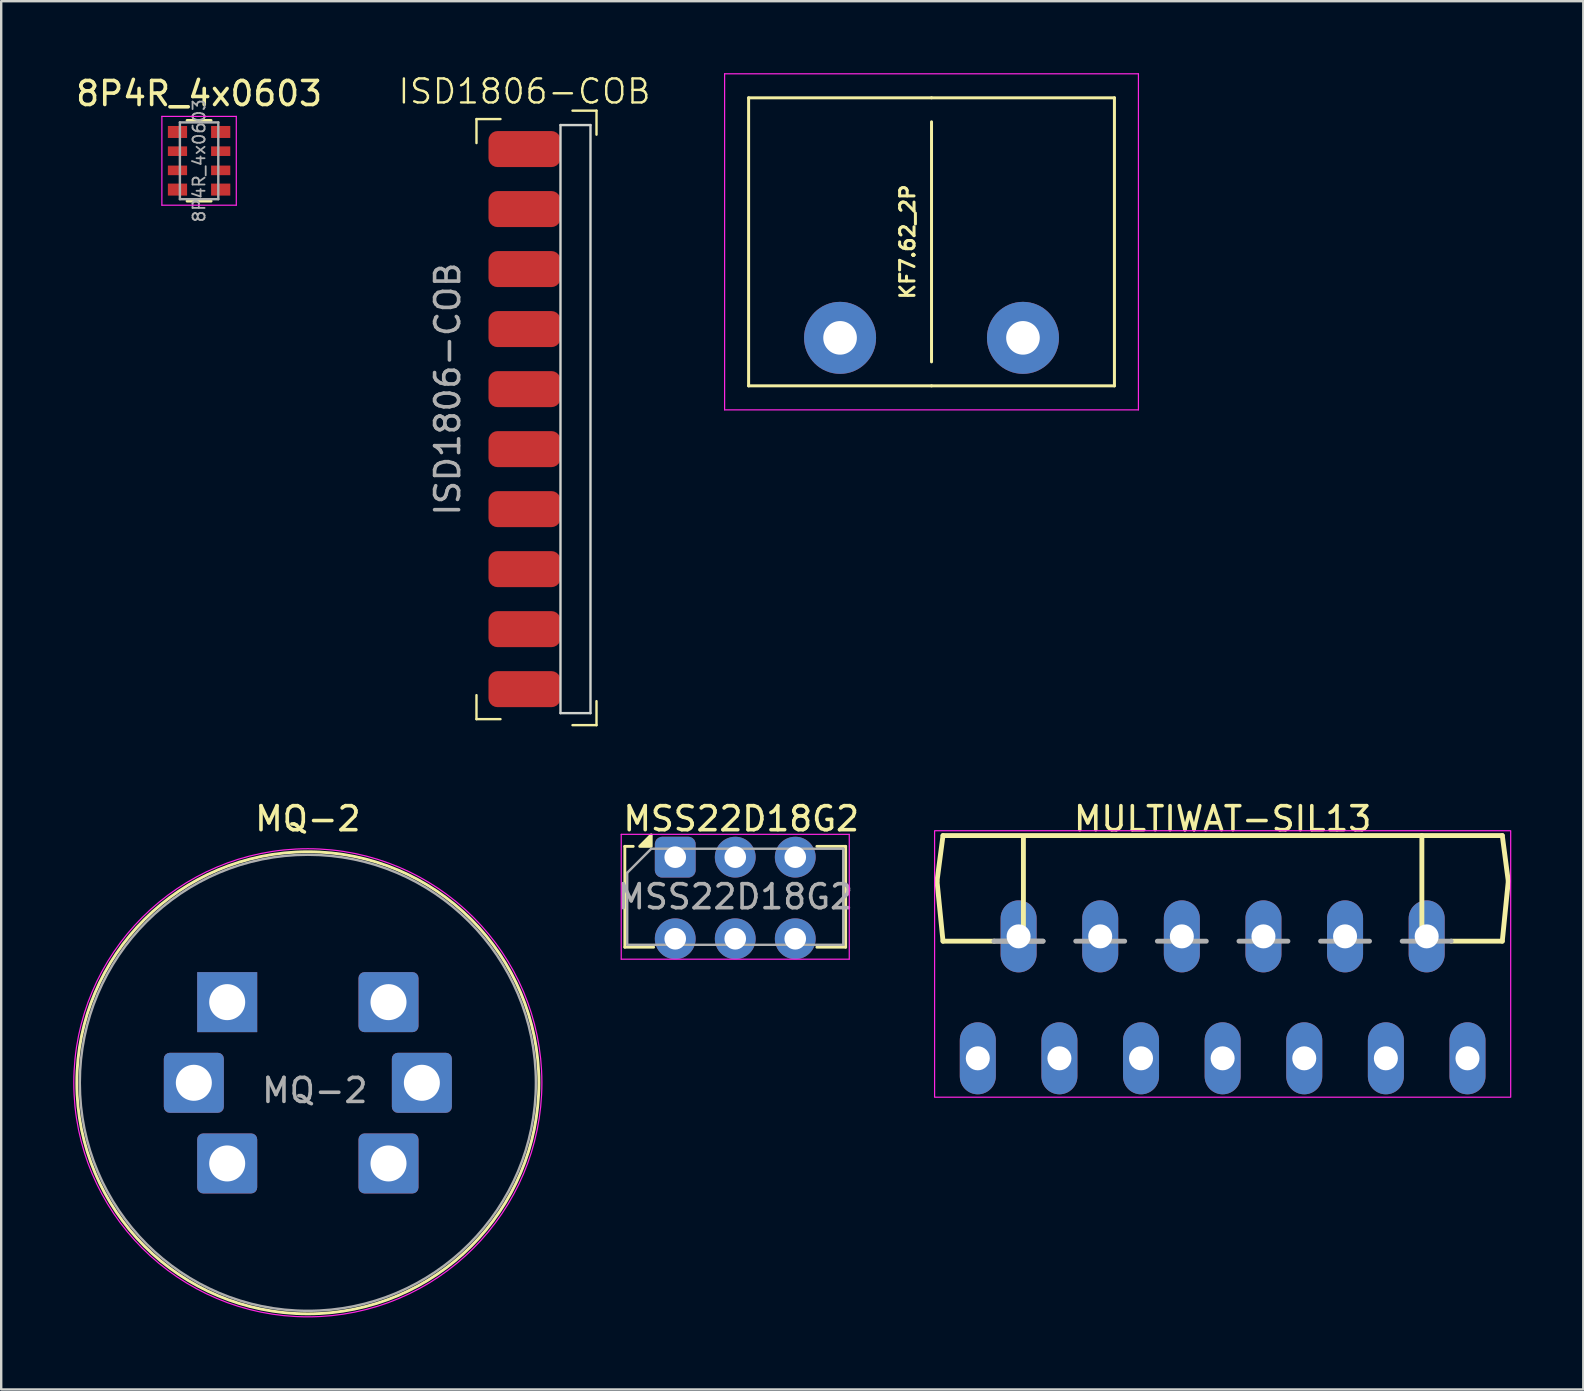
<source format=kicad_pcb>
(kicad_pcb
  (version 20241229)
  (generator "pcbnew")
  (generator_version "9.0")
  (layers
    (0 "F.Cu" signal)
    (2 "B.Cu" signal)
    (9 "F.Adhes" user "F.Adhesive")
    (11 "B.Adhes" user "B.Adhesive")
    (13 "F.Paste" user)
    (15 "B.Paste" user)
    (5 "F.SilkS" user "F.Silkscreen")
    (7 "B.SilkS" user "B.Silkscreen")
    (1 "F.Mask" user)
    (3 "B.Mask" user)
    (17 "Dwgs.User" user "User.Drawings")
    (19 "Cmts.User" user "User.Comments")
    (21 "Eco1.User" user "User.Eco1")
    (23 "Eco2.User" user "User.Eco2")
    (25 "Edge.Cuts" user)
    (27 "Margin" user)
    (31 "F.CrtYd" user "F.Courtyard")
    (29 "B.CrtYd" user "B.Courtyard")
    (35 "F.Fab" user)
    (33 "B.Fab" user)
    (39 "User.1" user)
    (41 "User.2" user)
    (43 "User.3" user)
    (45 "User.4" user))
  (footprint "MSS22D18G2"
    (layer "F.Cu")
    (at 25.08 32.659)
    (property "Reference" "MSS22D18G2" (at 2.75 -1.6 0) (layer "F.SilkS") (effects (font (size 1 1) (thickness 0.15))))
    (attr through_hole)
    (fp_line (start -2.1 -0.45) (end -2.1 3.75) (stroke (width 0.12) (type solid)) (layer "F.SilkS"))
    (fp_line (start -2.1 3.75) (end -0.9 3.75) (stroke (width 0.12) (type solid)) (layer "F.SilkS"))
    (fp_line (start -1.75 -0.45) (end -2.1 -0.45) (stroke (width 0.12) (type solid)) (layer "F.SilkS"))
    (fp_line (start 5.9 -0.45) (end 7.1 -0.45) (stroke (width 0.12) (type solid)) (layer "F.SilkS"))
    (fp_line (start 7.1 -0.45) (end 7.1 3.75) (stroke (width 0.12) (type solid)) (layer "F.SilkS"))
    (fp_line (start 7.1 3.75) (end 5.9 3.75) (stroke (width 0.12) (type solid)) (layer "F.SilkS"))
    (fp_poly (pts (xy -1 -0.45) (xy -1.48 -0.45) (xy -1 -0.93) (xy -1 -0.45)) (stroke (width 0.12) (type solid)) (fill yes) (layer "F.SilkS"))
    (fp_line (start -2.25 -0.95) (end 7.25 -0.95) (stroke (width 0.05) (type solid)) (layer "F.CrtYd"))
    (fp_line (start -2.25 4.25) (end -2.25 -0.95) (stroke (width 0.05) (type solid)) (layer "F.CrtYd"))
    (fp_line (start 7.25 -0.95) (end 7.25 4.25) (stroke (width 0.05) (type solid)) (layer "F.CrtYd"))
    (fp_line (start 7.25 4.25) (end -2.25 4.25) (stroke (width 0.05) (type solid)) (layer "F.CrtYd"))
    (fp_line (start -2 3.65) (end -2 0.65) (stroke (width 0.1) (type solid)) (layer "F.Fab"))
    (fp_line (start -1 -0.35) (end -2 0.65) (stroke (width 0.1) (type solid)) (layer "F.Fab"))
    (fp_line (start -1 -0.35) (end 7 -0.35) (stroke (width 0.1) (type solid)) (layer "F.Fab"))
    (fp_line (start 7 -0.35) (end 7 3.65) (stroke (width 0.1) (type solid)) (layer "F.Fab"))
    (fp_line (start 7 3.65) (end -2 3.65) (stroke (width 0.1) (type solid)) (layer "F.Fab"))
    (fp_text user "${REFERENCE}" (at 2.5 1.65 0) (layer "F.Fab") (effects (font (size 1 1) (thickness 0.15))))
    (pad "1" thru_hole roundrect (at 0 0) (size 1.7 1.7) (drill 0.9) (layers "*.Cu" "*.Mask") (roundrect_rratio 0.179))
    (pad "2" thru_hole circle (at 2.5 0) (size 1.7 1.7) (drill 0.9) (layers "*.Cu" "*.Mask"))
    (pad "3" thru_hole circle (at 5 0) (size 1.7 1.7) (drill 0.9) (layers "*.Cu" "*.Mask"))
    (pad "4" thru_hole circle (at 0 3.4) (size 1.7 1.7) (drill 0.9) (layers "*.Cu" "*.Mask"))
    (pad "5" thru_hole circle (at 2.5 3.4) (size 1.7 1.7) (drill 0.9) (layers "*.Cu" "*.Mask"))
    (pad "6" thru_hole circle (at 5 3.4) (size 1.7 1.7) (drill 0.9) (layers "*.Cu" "*.Mask")))
  (footprint "8P4R_4x0603"
    (layer "F.Cu")
    (at 5.244 3.648)
    (property "Reference" "8P4R_4x0603" (at 0 -2.8 0) (layer "F.SilkS") (effects (font (size 1 1) (thickness 0.15))))
    (attr smd)
    (fp_line (start 0.5 -1.68) (end -0.5 -1.68) (stroke (width 0.12) (type solid)) (layer "F.SilkS"))
    (fp_line (start 0.5 1.68) (end -0.5 1.68) (stroke (width 0.12) (type solid)) (layer "F.SilkS"))
    (fp_line (start -1.55 -1.85) (end -1.55 1.85) (stroke (width 0.05) (type solid)) (layer "F.CrtYd"))
    (fp_line (start -1.55 -1.85) (end 1.55 -1.85) (stroke (width 0.05) (type solid)) (layer "F.CrtYd"))
    (fp_line (start 1.55 1.85) (end -1.55 1.85) (stroke (width 0.05) (type solid)) (layer "F.CrtYd"))
    (fp_line (start 1.55 1.85) (end 1.55 -1.85) (stroke (width 0.05) (type solid)) (layer "F.CrtYd"))
    (fp_line (start -0.8 -1.6) (end 0.8 -1.6) (stroke (width 0.1) (type solid)) (layer "F.Fab"))
    (fp_line (start -0.8 1.6) (end -0.8 -1.6) (stroke (width 0.1) (type solid)) (layer "F.Fab"))
    (fp_line (start 0.8 -1.6) (end 0.8 1.6) (stroke (width 0.1) (type solid)) (layer "F.Fab"))
    (fp_line (start 0.8 1.6) (end -0.8 1.6) (stroke (width 0.1) (type solid)) (layer "F.Fab"))
    (fp_text user "${REFERENCE}" (at 0 0 90) (layer "F.Fab") (effects (font (size 0.5 0.5) (thickness 0.075))))
    (pad "1" smd rect (at -0.9 -1.2) (size 0.8 0.5) (layers "F.Cu" "F.Mask" "F.Paste"))
    (pad "2" smd rect (at 0.9 -1.2) (size 0.8 0.5) (layers "F.Cu" "F.Mask" "F.Paste"))
    (pad "3" smd rect (at -0.9 -0.4) (size 0.8 0.4) (layers "F.Cu" "F.Mask" "F.Paste"))
    (pad "4" smd rect (at 0.9 -0.4) (size 0.8 0.4) (layers "F.Cu" "F.Mask" "F.Paste"))
    (pad "5" smd rect (at -0.9 0.4) (size 0.8 0.4) (layers "F.Cu" "F.Mask" "F.Paste"))
    (pad "6" smd rect (at 0.9 0.4) (size 0.8 0.4) (layers "F.Cu" "F.Mask" "F.Paste"))
    (pad "7" smd rect (at -0.9 1.2) (size 0.8 0.5) (layers "F.Cu" "F.Mask" "F.Paste"))
    (pad "8" smd rect (at 0.9 1.2) (size 0.8 0.5) (layers "F.Cu" "F.Mask" "F.Paste")))
  (footprint "ISD1806-COB"
    (layer "F.Cu")
    (at 18.8 3.16)
    (property "Reference" "ISD1806-COB" (at 0 -2.4 0) (unlocked yes) (layer "F.SilkS") (effects (font (size 1 1) (thickness 0.1))))
    (attr smd)
    (fp_line (start -2 -1.25) (end -2 -0.25) (stroke (width 0.1) (type default)) (layer "F.SilkS"))
    (fp_line (start -2 22.75) (end -2 23.75) (stroke (width 0.1) (type default)) (layer "F.SilkS"))
    (fp_line (start -2 23.75) (end -1 23.75) (stroke (width 0.1) (type default)) (layer "F.SilkS"))
    (fp_line (start -1 -1.25) (end -2 -1.25) (stroke (width 0.1) (type default)) (layer "F.SilkS"))
    (fp_line (start 2 24) (end 3 24) (stroke (width 0.1) (type default)) (layer "F.SilkS"))
    (fp_line (start 3 -1.6) (end 2 -1.6) (stroke (width 0.1) (type default)) (layer "F.SilkS"))
    (fp_line (start 3 -0.6) (end 3 -1.6) (stroke (width 0.1) (type default)) (layer "F.SilkS"))
    (fp_line (start 3 24) (end 3 23) (stroke (width 0.1) (type default)) (layer "F.SilkS"))
    (fp_line (start 1.5 -1) (end 1.5 23.5) (stroke (width 0.1) (type default)) (layer "Edge.Cuts"))
    (fp_line (start 1.5 -1) (end 2.75 -1) (stroke (width 0.1) (type default)) (layer "Edge.Cuts"))
    (fp_line (start 2.75 -1) (end 2.75 23.5) (stroke (width 0.1) (type default)) (layer "Edge.Cuts"))
    (fp_line (start 2.75 23.5) (end 1.5 23.5) (stroke (width 0.1) (type default)) (layer "Edge.Cuts"))
    (fp_rect (start -2 -1.6) (end 3 24) (stroke (width 0.1) (type default)) (fill no) (layer "Margin"))
    (fp_text user "${REFERENCE}" (at -3.2 10 90) (unlocked yes) (layer "F.Fab") (effects (font (size 1 1) (thickness 0.15))))
    (pad "1" smd roundrect (at 0 0) (size 3 1.5) (layers "F.Cu" "F.Mask" "F.Paste") (roundrect_rratio 0.25))
    (pad "2" smd roundrect (at 0 2.5) (size 3 1.5) (layers "F.Cu" "F.Mask" "F.Paste") (roundrect_rratio 0.25))
    (pad "3" smd roundrect (at 0 5) (size 3 1.5) (layers "F.Cu" "F.Mask" "F.Paste") (roundrect_rratio 0.25))
    (pad "4" smd roundrect (at 0 7.5) (size 3 1.5) (layers "F.Cu" "F.Mask" "F.Paste") (roundrect_rratio 0.25))
    (pad "5" smd roundrect (at 0 10) (size 3 1.5) (layers "F.Cu" "F.Mask" "F.Paste") (roundrect_rratio 0.25))
    (pad "6" smd roundrect (at 0 12.5) (size 3 1.5) (layers "F.Cu" "F.Mask" "F.Paste") (roundrect_rratio 0.25))
    (pad "7" smd roundrect (at 0 15) (size 3 1.5) (layers "F.Cu" "F.Mask" "F.Paste") (roundrect_rratio 0.25))
    (pad "8" smd roundrect (at 0 17.5) (size 3 1.5) (layers "F.Cu" "F.Mask" "F.Paste") (roundrect_rratio 0.25))
    (pad "9" smd roundrect (at 0 20) (size 3 1.5) (layers "F.Cu" "F.Mask" "F.Paste") (roundrect_rratio 0.25))
    (pad "10" smd roundrect (at 0 22.5) (size 3 1.5) (layers "F.Cu" "F.Mask" "F.Paste") (roundrect_rratio 0.25)))
  (footprint "KF7.62_2P"
    (layer "F.Cu")
    (at 35.757 7.025)
    (property "Reference" "KF7.62_2P" (at -1 0 90) (layer "F.SilkS") (effects (font (size 0.6 0.6) (thickness 0.125))))
    (attr through_hole)
    (fp_line (start -7.62 -6) (end -7.62 6) (stroke (width 0.125) (type solid)) (layer "F.SilkS"))
    (fp_line (start -7.62 6) (end 0 6) (stroke (width 0.125) (type solid)) (layer "F.SilkS"))
    (fp_line (start 0 -6) (end -7.62 -6) (stroke (width 0.125) (type solid)) (layer "F.SilkS"))
    (fp_line (start 0 -6) (end 7.62 -6) (stroke (width 0.125) (type solid)) (layer "F.SilkS"))
    (fp_line (start 0 5) (end 0 -5) (stroke (width 0.125) (type solid)) (layer "F.SilkS"))
    (fp_line (start 7.62 -6) (end 7.62 6) (stroke (width 0.125) (type solid)) (layer "F.SilkS"))
    (fp_line (start 7.62 6) (end 0 6) (stroke (width 0.125) (type solid)) (layer "F.SilkS"))
    (fp_line (start -8.62 -7) (end -8.62 7) (stroke (width 0.05) (type solid)) (layer "F.CrtYd"))
    (fp_line (start -8.62 -7) (end 8.62 -7) (stroke (width 0.05) (type solid)) (layer "F.CrtYd"))
    (fp_line (start 8.62 -7) (end 8.62 7) (stroke (width 0.05) (type solid)) (layer "F.CrtYd"))
    (fp_line (start 8.62 7) (end -8.62 7) (stroke (width 0.05) (type solid)) (layer "F.CrtYd"))
    (pad "1" thru_hole circle (at -3.81 4) (size 3 3) (drill 1.4) (layers "*.Cu" "*.Mask"))
    (pad "2" thru_hole circle (at 3.81 4) (size 3 3) (drill 1.4) (layers "*.Cu" "*.Mask")))
  (footprint "MQ-2"
    (layer "F.Cu")
    (at 6.415 38.699)
    (property "Reference" "MQ-2" (at 3.36 -7.64 0) (layer "F.SilkS") (effects (font (size 1 1) (thickness 0.15))))
    (attr through_hole)
    (fp_circle (center 3.36 3.36) (end 12.985 3.36) (stroke (width 0.12) (type solid)) (fill no) (layer "F.SilkS"))
    (fp_circle (center 3.36 3.36) (end 13.11 3.36) (stroke (width 0.05) (type solid)) (fill no) (layer "F.CrtYd"))
    (fp_circle (center 3.36 3.36) (end 12.86 3.36) (stroke (width 0.1) (type solid)) (fill no) (layer "F.Fab"))
    (fp_text user "${REFERENCE}" (at 3.65 3.68 0) (layer "F.Fab") (effects (font (size 1 1) (thickness 0.15))))
    (pad "1" thru_hole rect (at 0 0) (size 2.5 2.5) (drill 1.5) (layers "*.Cu" "*.Mask"))
    (pad "2" thru_hole roundrect (at -1.39 3.36) (size 2.5 2.5) (drill 1.5) (layers "*.Cu" "*.Mask") (roundrect_rratio 0.1))
    (pad "3" thru_hole roundrect (at 0 6.72 90) (size 2.5 2.5) (drill 1.5) (layers "*.Cu" "*.Mask") (roundrect_rratio 0.1))
    (pad "4" thru_hole roundrect (at 6.72 6.72 180) (size 2.5 2.5) (drill 1.5) (layers "*.Cu" "*.Mask") (roundrect_rratio 0.1))
    (pad "5" thru_hole roundrect (at 8.11 3.36) (size 2.5 2.5) (drill 1.5) (layers "*.Cu" "*.Mask") (roundrect_rratio 0.1))
    (pad "6" thru_hole roundrect (at 6.72 0 270) (size 2.5 2.5) (drill 1.5) (layers "*.Cu" "*.Mask") (roundrect_rratio 0.1)))
  (footprint "MULTIWAT-SIL13"
    (layer "F.Cu")
    (at 47.885 35.959)
    (property "Reference" "MULTIWAT-SIL13" (at 0 -4.9 0) (layer "F.SilkS") (effects (font (size 1 1) (thickness 0.15))))
    (attr through_hole)
    (fp_line (start -11.9 -2.3) (end -11.65 -4.2) (stroke (width 0.203) (type solid)) (layer "F.SilkS"))
    (fp_line (start -11.65 -4.2) (end 11.65 -4.2) (stroke (width 0.203) (type solid)) (layer "F.SilkS"))
    (fp_line (start -11.65 0.2) (end -11.9 -2.3) (stroke (width 0.203) (type solid)) (layer "F.SilkS"))
    (fp_line (start -9.52 0.2) (end -11.65 0.2) (stroke (width 0.203) (type solid)) (layer "F.SilkS"))
    (fp_line (start -8.3 -4.1) (end -8.3 0.2) (stroke (width 0.203) (type default)) (layer "F.SilkS"))
    (fp_line (start 8.3 -4.2) (end 8.3 0.1) (stroke (width 0.203) (type default)) (layer "F.SilkS"))
    (fp_line (start 11.65 -4.2) (end 11.9 -2.3) (stroke (width 0.203) (type solid)) (layer "F.SilkS"))
    (fp_line (start 11.65 0.2) (end 9.52 0.2) (stroke (width 0.203) (type solid)) (layer "F.SilkS"))
    (fp_line (start 11.9 -2.3) (end 11.65 0.2) (stroke (width 0.203) (type solid)) (layer "F.SilkS"))
    (fp_rect (start -12 -4.4) (end 12 6.7) (stroke (width 0.05) (type default)) (fill no) (layer "F.CrtYd"))
    (fp_line (start -7.48 0.2) (end -9.52 0.2) (stroke (width 0.203) (type solid)) (layer "F.Fab"))
    (fp_line (start -7.48 0.2) (end -9.52 0.2) (stroke (width 0.203) (type solid)) (layer "F.Fab"))
    (fp_line (start -4.08 0.2) (end -6.12 0.2) (stroke (width 0.203) (type solid)) (layer "F.Fab"))
    (fp_line (start -0.68 0.2) (end -2.72 0.2) (stroke (width 0.203) (type solid)) (layer "F.Fab"))
    (fp_line (start 2.72 0.2) (end 0.68 0.2) (stroke (width 0.203) (type solid)) (layer "F.Fab"))
    (fp_line (start 6.12 0.2) (end 4.08 0.2) (stroke (width 0.203) (type solid)) (layer "F.Fab"))
    (fp_line (start 9.52 0.2) (end 7.48 0.2) (stroke (width 0.203) (type solid)) (layer "F.Fab"))
    (pad "1" thru_hole oval (at -10.2 5.08) (size 1.5 3) (drill 1) (layers "*.Cu" "*.Mask"))
    (pad "2" thru_hole oval (at -8.5 0) (size 1.5 3) (drill 1) (layers "*.Cu" "*.Mask"))
    (pad "3" thru_hole oval (at -6.8 5.08) (size 1.5 3) (drill 1) (layers "*.Cu" "*.Mask"))
    (pad "4" thru_hole oval (at -5.1 0) (size 1.5 3) (drill 1) (layers "*.Cu" "*.Mask"))
    (pad "5" thru_hole oval (at -3.4 5.08) (size 1.5 3) (drill 1) (layers "*.Cu" "*.Mask"))
    (pad "6" thru_hole oval (at -1.7 0) (size 1.5 3) (drill 1) (layers "*.Cu" "*.Mask"))
    (pad "7" thru_hole oval (at 0 5.08) (size 1.5 3) (drill 1) (layers "*.Cu" "*.Mask"))
    (pad "8" thru_hole oval (at 1.7 0) (size 1.5 3) (drill 1) (layers "*.Cu" "*.Mask"))
    (pad "9" thru_hole oval (at 3.4 5.08) (size 1.5 3) (drill 1) (layers "*.Cu" "*.Mask"))
    (pad "10" thru_hole oval (at 5.1 0) (size 1.5 3) (drill 1) (layers "*.Cu" "*.Mask"))
    (pad "11" thru_hole oval (at 6.8 5.08) (size 1.5 3) (drill 1) (layers "*.Cu" "*.Mask"))
    (pad "12" thru_hole oval (at 8.5 0) (size 1.5 3) (drill 1) (layers "*.Cu" "*.Mask"))
    (pad "13" thru_hole oval (at 10.2 5.08) (size 1.5 3) (drill 1) (layers "*.Cu" "*.Mask")))
  (gr_rect
    (start -3 -3)
    (end 62.91 54.834)
    (stroke (width 0.1) (type default))
    (fill no)
    (layer "Edge.Cuts")))
</source>
